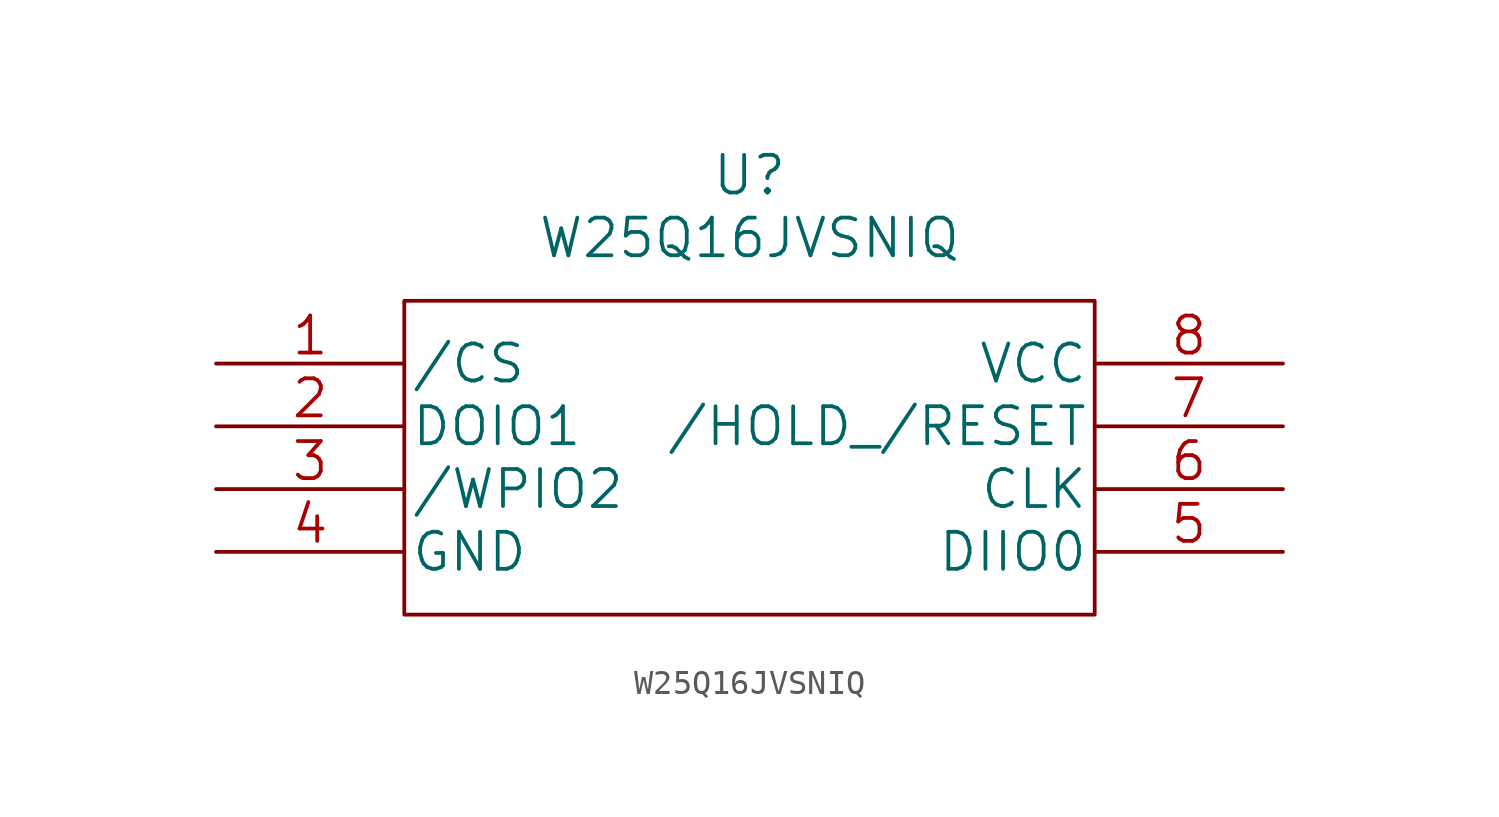
<source format=kicad_sym>
(kicad_symbol_lib
  (version 20211014)
  (generator kicad_symbol_editor)
  (symbol "W25Q16JVSNIQ"
    (pin_names
      (offset 0.254))
    (property "Reference" "U"
      (at 21.59 7.62 0)
      (effects (font (size 1.524 1.524))))
    (property "Value" "W25Q16JVSNIQ"
      (at 21.59 5.08 0)
      (effects (font (size 1.524 1.524))))
    (property "Datasheet" ""
      (at 0 0 0)
      (effects (font (size 1.524 1.524))))
    (property "ki_locked" ""
      (at 0 0 0)
      (effects (font (size 1.27 1.27))))
    (symbol "W25Q16JVSNIQ_1_1"
      (polyline (pts (xy 7.62 2.54) (xy 35.56 2.54) (xy 35.56 -10.16) (xy 7.62 -10.16) (xy 7.62 2.54)) (stroke (width 0) (type default) (color 0 0 0 0)) (fill (type none)))
      (pin input line (at 0 0 0) (length 7.62) (name "/CS" (effects (font (size 1.499 1.499)))) (number "1" (effects (font (size 1.499 1.499)))))
      (pin bidirectional line (at 0 -2.54 0) (length 7.62) (name "DOIO1" (effects (font (size 1.499 1.499)))) (number "2" (effects (font (size 1.499 1.499)))))
      (pin bidirectional line (at 0 -5.08 0) (length 7.62) (name "/WPIO2" (effects (font (size 1.499 1.499)))) (number "3" (effects (font (size 1.499 1.499)))))
      (pin power_in line (at 0 -7.62 0) (length 7.62) (name "GND" (effects (font (size 1.499 1.499)))) (number "4" (effects (font (size 1.499 1.499)))))
      (pin bidirectional line (at 43.18 -7.62 180) (length 7.62) (name "DIIO0" (effects (font (size 1.499 1.499)))) (number "5" (effects (font (size 1.499 1.499)))))
      (pin input line (at 43.18 -5.08 180) (length 7.62) (name "CLK" (effects (font (size 1.499 1.499)))) (number "6" (effects (font (size 1.499 1.499)))))
      (pin bidirectional line (at 43.18 -2.54 180) (length 7.62) (name "/HOLD_/RESET" (effects (font (size 1.499 1.499)))) (number "7" (effects (font (size 1.499 1.499)))))
      (pin power_in line (at 43.18 0 180) (length 7.62) (name "VCC" (effects (font (size 1.499 1.499)))) (number "8" (effects (font (size 1.499 1.499))))))))
</source>
